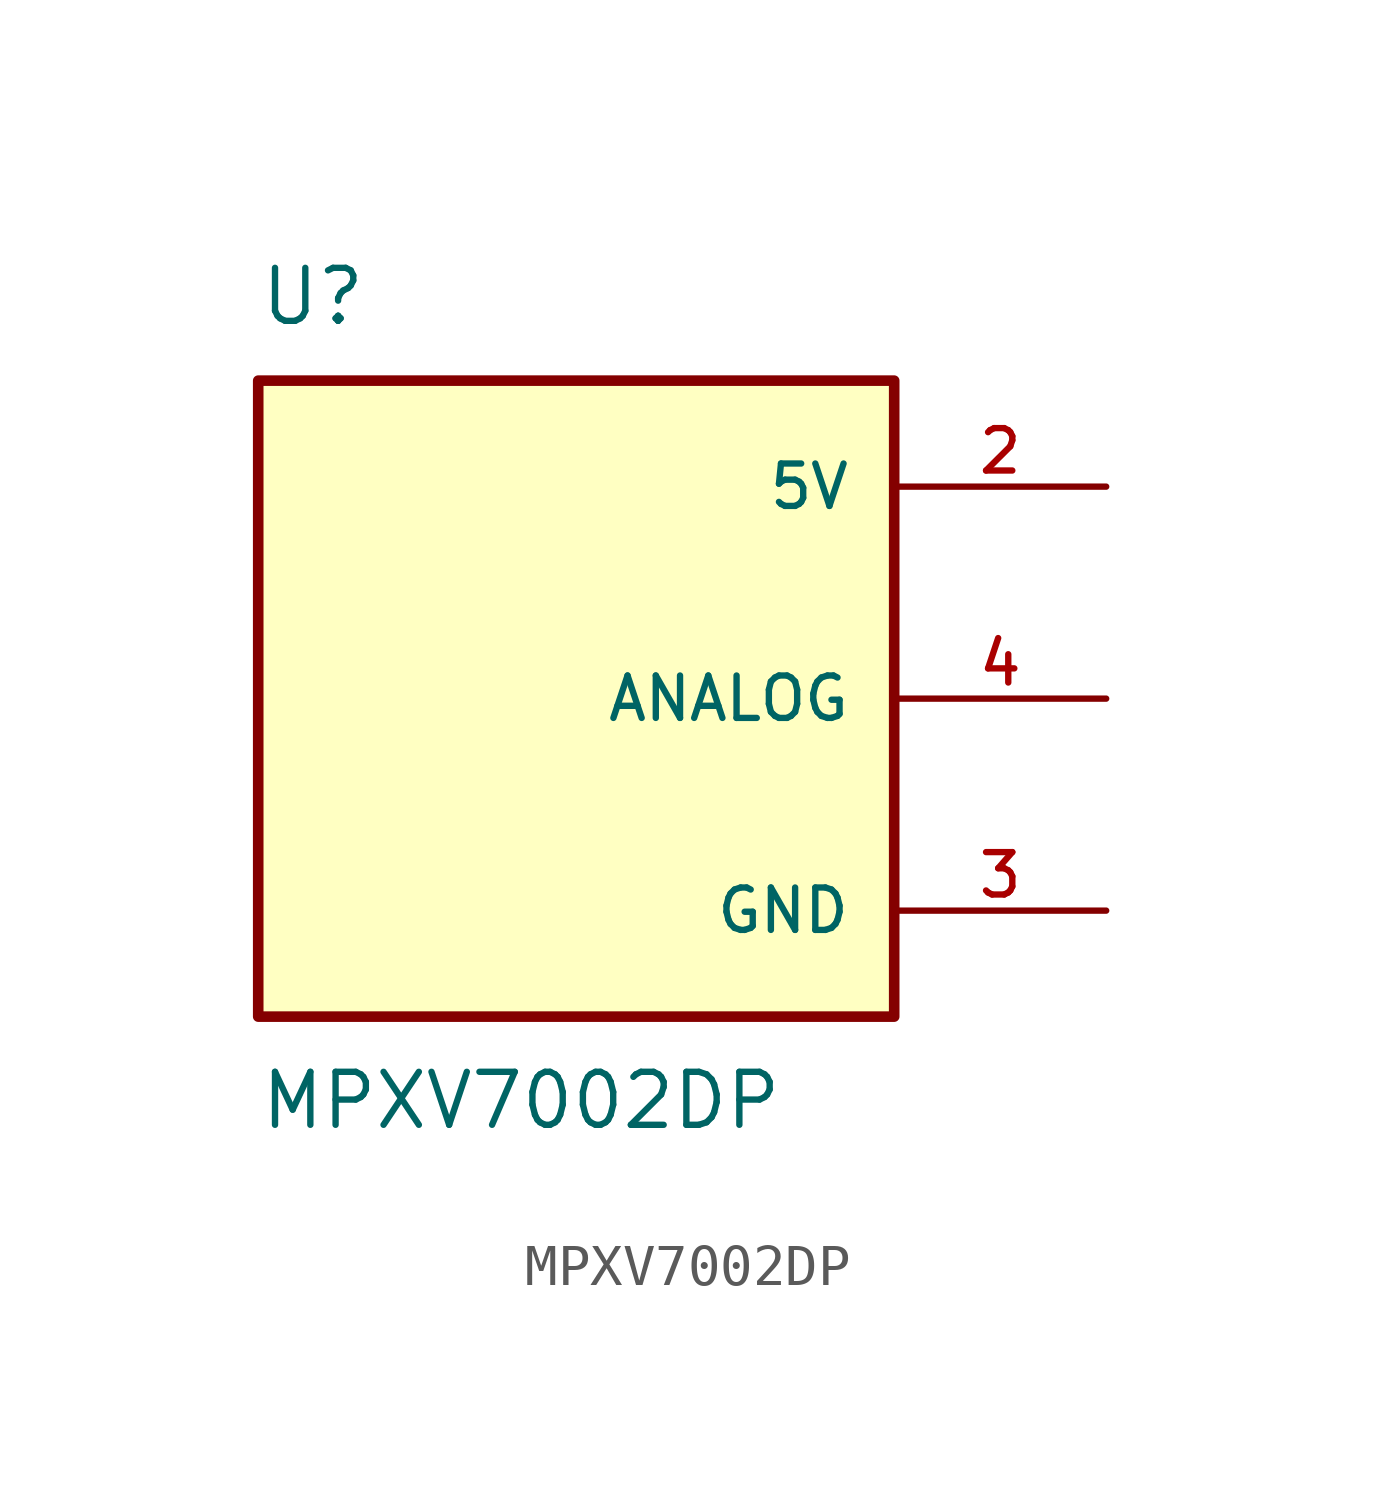
<source format=kicad_sym>
(kicad_symbol_lib
  (version 20241209)
  (generator "kicad_symbol_editor")
  (generator_version "9.0")
  (symbol "MPXV7002DP"
    (pin_names
      (offset 1.016))
    (property "Reference" "U"
      (at -7.62 8.89 0)
      (effects (font (size 1.27 1.27)) (justify left bottom)))
    (property "Value" "MPXV7002DP"
      (at -7.62 -8.89 0)
      (effects (font (size 1.27 1.27)) (justify left top)))
    (symbol "MPXV7002DP_0_0"
      (rectangle (start -7.62 -7.62) (end 7.62 7.62) (stroke (width 0.254) (type default)) (fill (type background)))
      (pin power_in line (at 12.7 -5.08 180) (length 5.08) (name "GND" (effects (font (size 1.016 1.016)))) (number "3" (effects (font (size 1.016 1.016))))))
    (symbol "MPXV7002DP_1_0"
      (pin power_in line (at 12.7 5.08 180) (length 5.08) (name "5V" (effects (font (size 1.016 1.016)))) (number "2" (effects (font (size 1.016 1.016)))))
      (pin output line (at 12.7 0 180) (length 5.08) (name "ANALOG" (effects (font (size 1.016 1.016)))) (number "4" (effects (font (size 1.016 1.016))))))))
</source>
